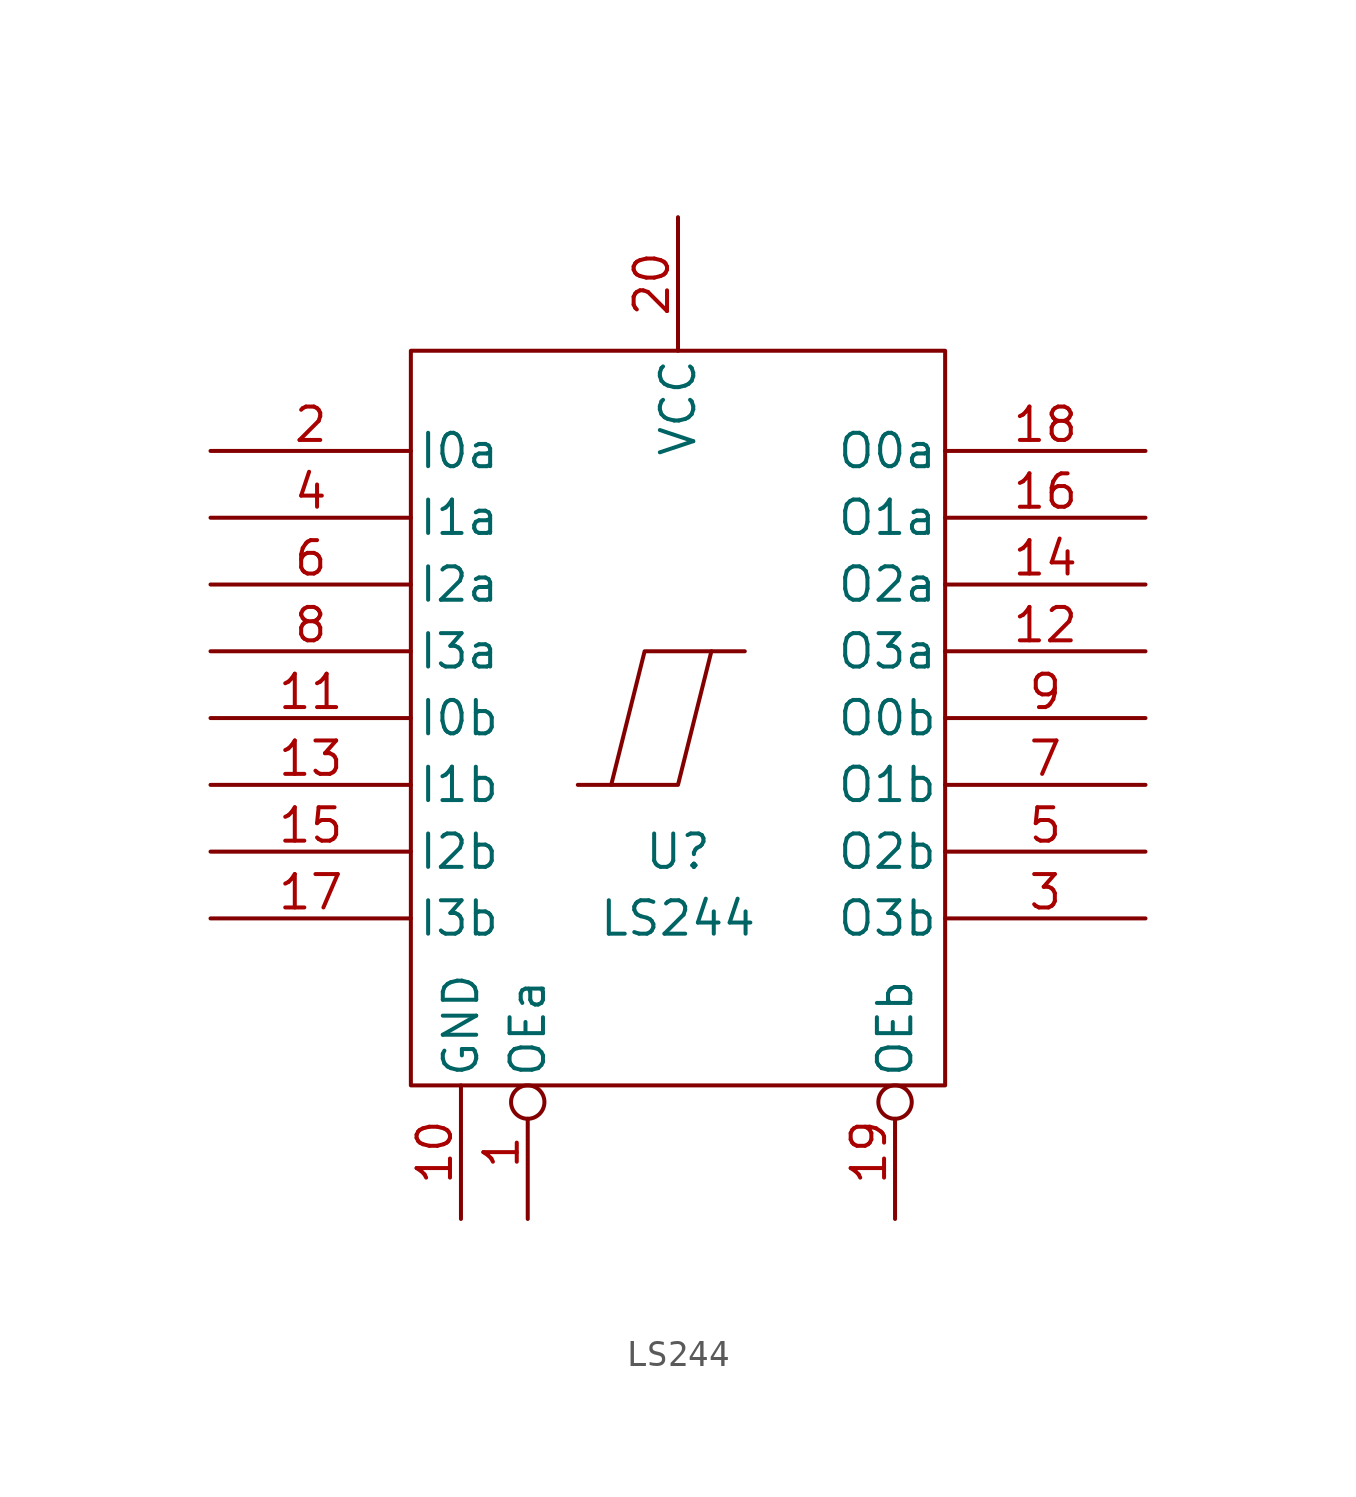
<source format=kicad_sym>
(kicad_symbol_lib
  (version 20211014)
  (generator kicad_symbol_editor)
  (symbol "LS244"
    (pin_names
      (offset 0.254))
    (property "Reference" "U"
      (at 0 -5.08 0)
      (effects (font (size 1.27 1.27))))
    (property "Value" "LS244"
      (at 0 -7.62 0)
      (effects (font (size 1.27 1.27))))
    (symbol "LS244_0_0"
      (pin power_in line (at -8.255 -19.05 90) (length 5.08) (name "GND" (effects (font (size 1.27 1.27)))) (number "10" (effects (font (size 1.27 1.27))))))
    (symbol "LS244_0_1"
      (rectangle (start -10.16 13.97) (end 10.16 -13.97) (stroke (width 0) (type default) (color 0 0 0 0)) (fill (type none)))
      (polyline (pts (xy 1.27 2.54) (xy 0 -2.54) (xy -2.54 -2.54)) (stroke (width 0) (type default) (color 0 0 0 0)) (fill (type none)))
      (polyline (pts (xy 2.54 2.54) (xy -1.27 2.54) (xy -2.54 -2.54) (xy -3.81 -2.54)) (stroke (width 0) (type default) (color 0 0 0 0)) (fill (type none))))
    (symbol "LS244_1_0"
      (pin power_in line (at 0 19.05 270) (length 5.08) (name "VCC" (effects (font (size 1.27 1.27)))) (number "20" (effects (font (size 1.27 1.27))))))
    (symbol "LS244_1_1"
      (pin input inverted (at -5.715 -19.05 90) (length 5.08) (name "OEa" (effects (font (size 1.27 1.27)))) (number "1" (effects (font (size 1.27 1.27)))))
      (pin input line (at -17.78 0 0) (length 7.62) (name "I0b" (effects (font (size 1.27 1.27)))) (number "11" (effects (font (size 1.27 1.27)))))
      (pin tri_state line (at 17.78 2.54 180) (length 7.62) (name "O3a" (effects (font (size 1.27 1.27)))) (number "12" (effects (font (size 1.27 1.27)))))
      (pin input line (at -17.78 -2.54 0) (length 7.62) (name "I1b" (effects (font (size 1.27 1.27)))) (number "13" (effects (font (size 1.27 1.27)))))
      (pin tri_state line (at 17.78 5.08 180) (length 7.62) (name "O2a" (effects (font (size 1.27 1.27)))) (number "14" (effects (font (size 1.27 1.27)))))
      (pin input line (at -17.78 -5.08 0) (length 7.62) (name "I2b" (effects (font (size 1.27 1.27)))) (number "15" (effects (font (size 1.27 1.27)))))
      (pin tri_state line (at 17.78 7.62 180) (length 7.62) (name "O1a" (effects (font (size 1.27 1.27)))) (number "16" (effects (font (size 1.27 1.27)))))
      (pin input line (at -17.78 -7.62 0) (length 7.62) (name "I3b" (effects (font (size 1.27 1.27)))) (number "17" (effects (font (size 1.27 1.27)))))
      (pin tri_state line (at 17.78 10.16 180) (length 7.62) (name "O0a" (effects (font (size 1.27 1.27)))) (number "18" (effects (font (size 1.27 1.27)))))
      (pin input inverted (at 8.255 -19.05 90) (length 5.08) (name "OEb" (effects (font (size 1.27 1.27)))) (number "19" (effects (font (size 1.27 1.27)))))
      (pin input line (at -17.78 10.16 0) (length 7.62) (name "I0a" (effects (font (size 1.27 1.27)))) (number "2" (effects (font (size 1.27 1.27)))))
      (pin tri_state line (at 17.78 -7.62 180) (length 7.62) (name "O3b" (effects (font (size 1.27 1.27)))) (number "3" (effects (font (size 1.27 1.27)))))
      (pin input line (at -17.78 7.62 0) (length 7.62) (name "I1a" (effects (font (size 1.27 1.27)))) (number "4" (effects (font (size 1.27 1.27)))))
      (pin tri_state line (at 17.78 -5.08 180) (length 7.62) (name "O2b" (effects (font (size 1.27 1.27)))) (number "5" (effects (font (size 1.27 1.27)))))
      (pin input line (at -17.78 5.08 0) (length 7.62) (name "I2a" (effects (font (size 1.27 1.27)))) (number "6" (effects (font (size 1.27 1.27)))))
      (pin tri_state line (at 17.78 -2.54 180) (length 7.62) (name "O1b" (effects (font (size 1.27 1.27)))) (number "7" (effects (font (size 1.27 1.27)))))
      (pin input line (at -17.78 2.54 0) (length 7.62) (name "I3a" (effects (font (size 1.27 1.27)))) (number "8" (effects (font (size 1.27 1.27)))))
      (pin tri_state line (at 17.78 0 180) (length 7.62) (name "O0b" (effects (font (size 1.27 1.27)))) (number "9" (effects (font (size 1.27 1.27))))))))
</source>
